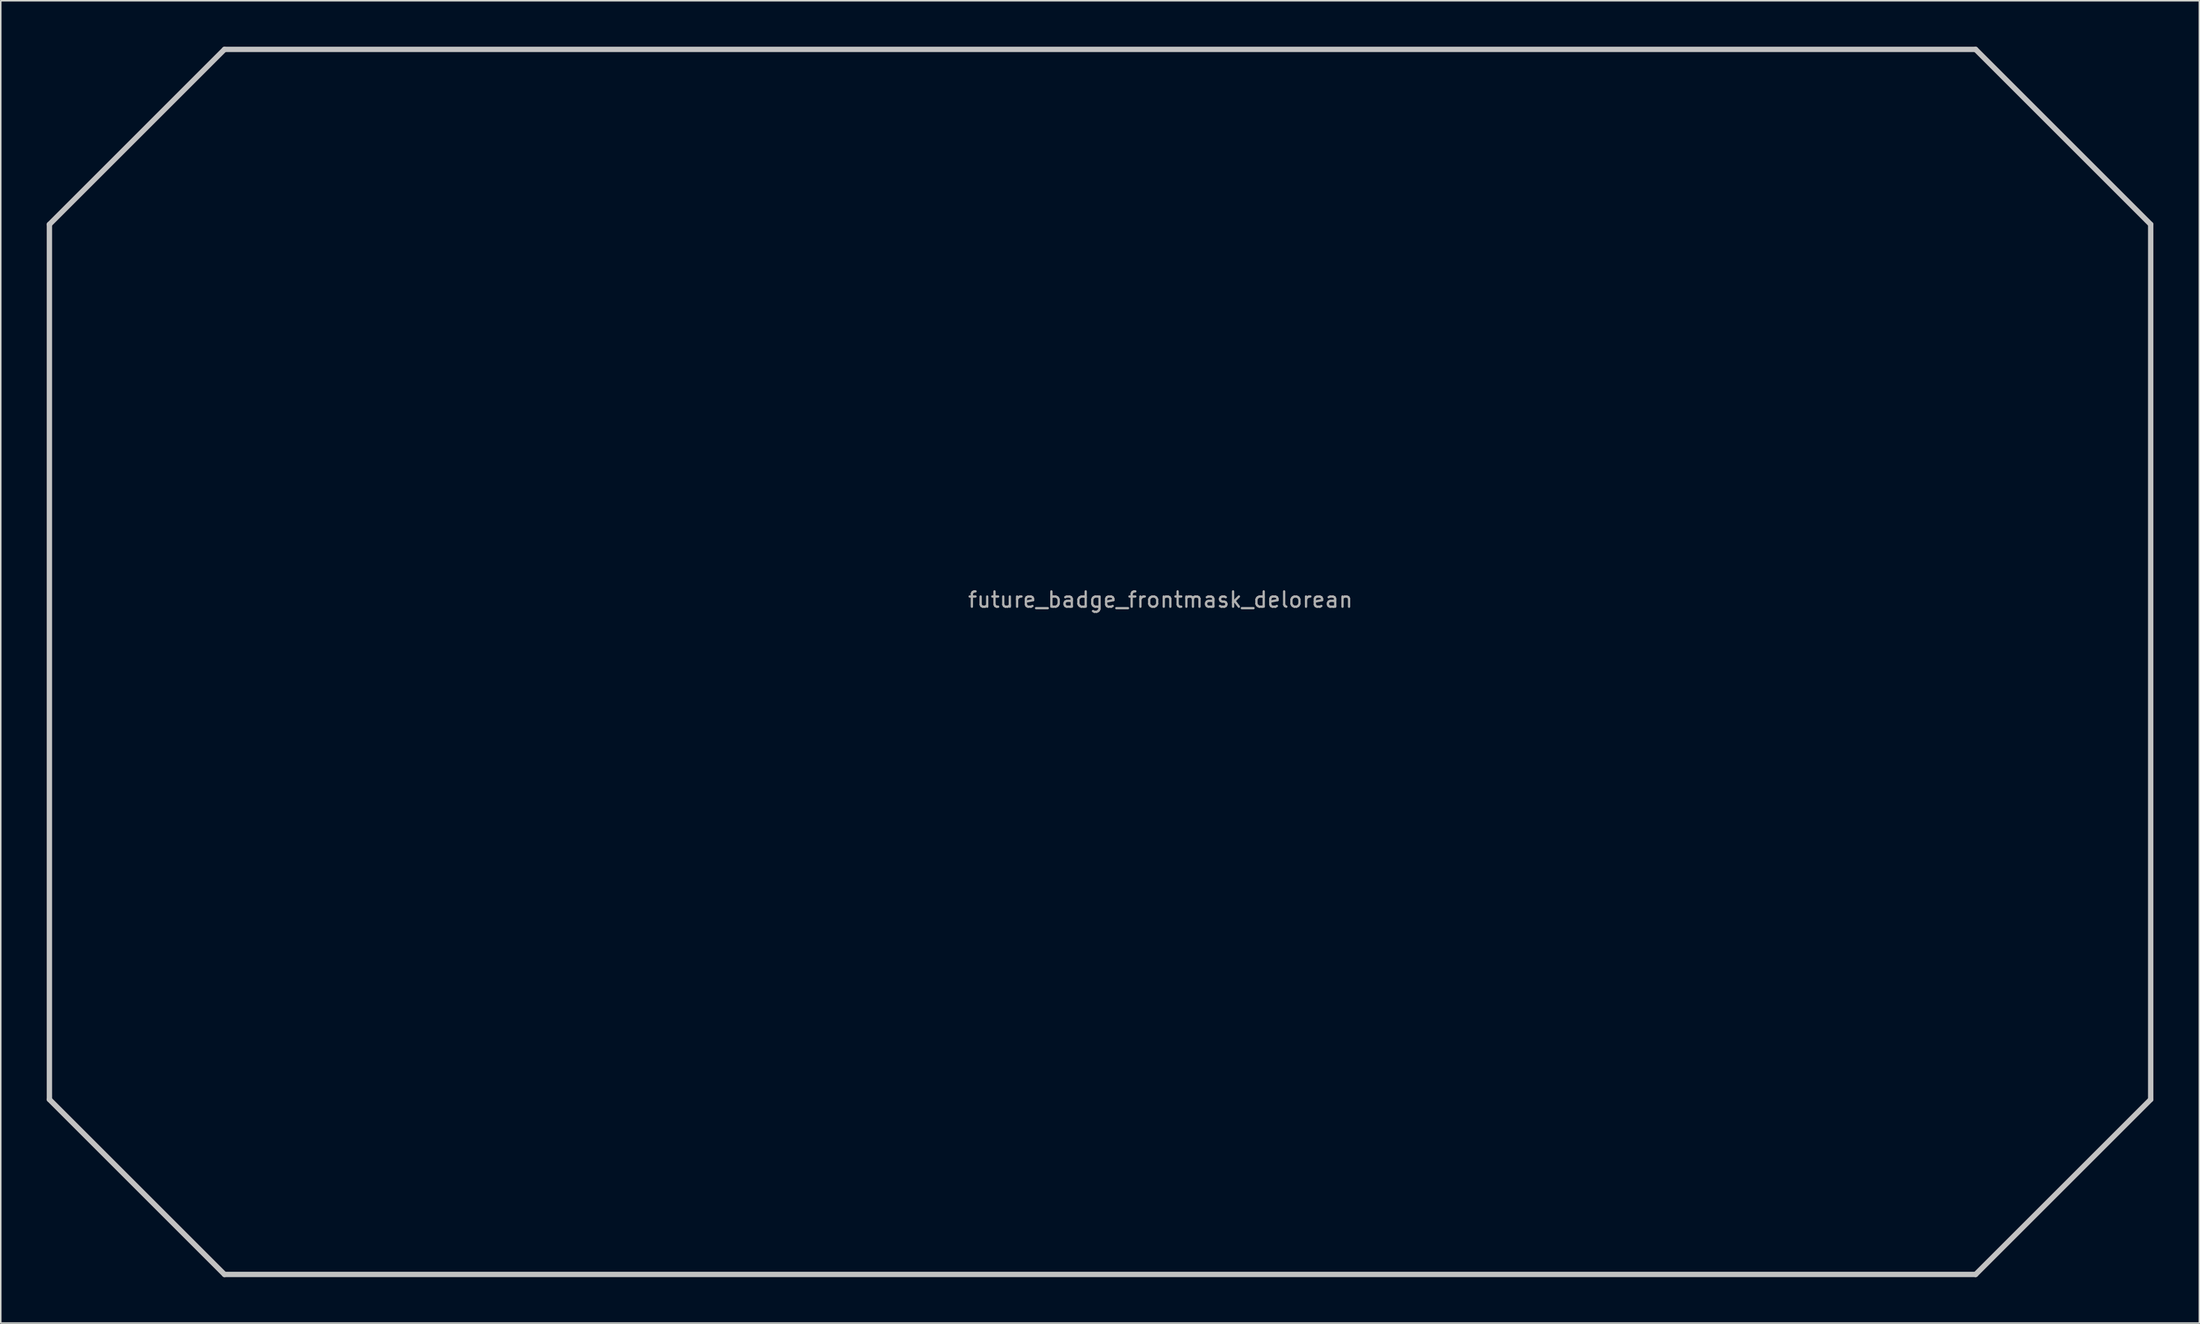
<source format=kicad_pcb>
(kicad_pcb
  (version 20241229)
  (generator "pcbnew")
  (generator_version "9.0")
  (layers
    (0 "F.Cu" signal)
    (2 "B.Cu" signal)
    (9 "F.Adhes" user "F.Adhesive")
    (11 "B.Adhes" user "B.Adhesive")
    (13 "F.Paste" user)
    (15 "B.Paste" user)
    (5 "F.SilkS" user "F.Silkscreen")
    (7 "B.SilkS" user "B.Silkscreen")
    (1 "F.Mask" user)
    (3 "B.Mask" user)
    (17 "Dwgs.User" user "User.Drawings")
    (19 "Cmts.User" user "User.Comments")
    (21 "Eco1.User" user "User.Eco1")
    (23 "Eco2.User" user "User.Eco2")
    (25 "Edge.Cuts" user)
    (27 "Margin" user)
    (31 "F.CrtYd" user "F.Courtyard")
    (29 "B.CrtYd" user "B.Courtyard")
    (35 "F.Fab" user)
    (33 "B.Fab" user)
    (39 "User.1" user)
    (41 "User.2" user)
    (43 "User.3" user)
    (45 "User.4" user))
  (footprint "future_badge_frontmask_delorean"
    (layer "F.Cu")
    (at 72.69 36.614)
    (property "Reference" "future_badge_frontmask_delorean" (at 0 -0.5 0) (unlocked yes) (layer "F.Fab") (effects (font (size 1 1) (thickness 0.15))))
    (fp_poly (pts (xy -26.43 4.4) (xy -25.89 4.41) (xy -28.36 5.87) (xy -29.65 5.83) (xy -30.57 5.79) (xy -29.5 5.26) (xy -28.57 4.92) (xy -27.55 4.62) (xy -26.76 4.29)) (stroke (width 0.1) (type solid)) (fill yes) (layer "F.Mask"))
    (fp_poly (pts (xy -31.44 6.4) (xy -31.44 6.91) (xy -31.46 7.99) (xy -31.44 9.1) (xy -31.55 9.48) (xy -31.62 9.57) (xy -32.01 9.3) (xy -32.67 8.66) (xy -33.1 8.38) (xy -33.05 6.34)) (stroke (width 0.1) (type solid)) (fill yes) (layer "F.Mask"))
    (fp_poly (pts (xy -50.95 5.55) (xy -50.43 5.71) (xy -49.44 5.81) (xy -49.4 6.16) (xy -49.49 7.7) (xy -49.68 8.75) (xy -49.77 8.87) (xy -50.95 8.04) (xy -51.35 7.61) (xy -51.44 7.39) (xy -51.52 6.4) (xy -51.58 5.3)) (stroke (width 0.1) (type solid)) (fill yes) (layer "F.Mask"))
    (fp_poly (pts (xy -19.54 1.28) (xy -20.19 1.62) (xy -21.79 2.37) (xy -23.08 2.86) (xy -24.15 3.42) (xy -25.13 3.93) (xy -25.76 3.78) (xy -25.32 3.59) (xy -24.38 3.18) (xy -23.21 2.72) (xy -21.77 2.19) (xy -20.52 1.6) (xy -19.46 1.06) (xy -19.08 1.03)) (stroke (width 0.1) (type solid)) (fill yes) (layer "F.Mask"))
    (fp_poly (pts (xy -18.33 15.31) (xy -18.05 15.44) (xy -17.58 15.89) (xy -17.57 16.06) (xy -17.69 16.36) (xy -18.07 16.88) (xy -18.48 17.53) (xy -18.9 18.52) (xy -19.49 18.38) (xy -20.32 18.31) (xy -20.24 17.93) (xy -20.17 17.26) (xy -20.19 16.52) (xy -20.15 15.89) (xy -19.98 15.49) (xy -19.16 15.31) (xy -18.63 15.25)) (stroke (width 0.1) (type solid)) (fill yes) (layer "F.Mask"))
    (fp_poly (pts (xy 37.22 8.43) (xy 37.28 8.73) (xy 37.31 9.07) (xy 37.41 9.37) (xy 37.61 9.67) (xy 38.08 10) (xy 38.45 10.13) (xy 38.45 10.18) (xy 37.46 10.09) (xy 37.05 10.11) (xy 36.63 10.18) (xy 36.57 9.91) (xy 36.52 9.48) (xy 36.54 9.17) (xy 36.62 8.76) (xy 36.79 8.51) (xy 37.13 8.21)) (stroke (width 0.1) (type solid)) (fill yes) (layer "F.Mask"))
    (fp_poly (pts (xy -25.02 4.83) (xy -24.42 5.3) (xy -23.71 6.12) (xy -23.1 7.1) (xy -22.62 8.02) (xy -22.03 9.28) (xy -20.89 12) (xy -20.62 12.69) (xy -20.69 12.7) (xy -21.05 12.71) (xy -21.96 12.74) (xy -22.68 12.82) (xy -23.21 12.94) (xy -23.63 13) (xy -24 12.99) (xy -24.29 13.01) (xy -24.74 11.48) (xy -25.28 10) (xy -25.99 8.36) (xy -26.6 7.25) (xy -27.19 6.42) (xy -27.49 6.07) (xy -25.27 4.72)) (stroke (width 0.1) (type solid)) (fill yes) (layer "F.Mask"))
    (fp_poly (pts (xy 26.4 12.56) (xy 26.07 13.89) (xy 25.87 14.43) (xy 25.2 15.89) (xy 24.12 19.07) (xy 23.66 19.16) (xy 22.84 19.3) (xy 21.58 19.48) (xy 21.01 19.54) (xy 20.88 19.5) (xy 21.37 17.84) (xy 21.94 16.57) (xy 22.15 15.54) (xy 22.43 14.66) (xy 22.78 13.8) (xy 23.03 12.87) (xy 23.1 12.5) (xy 23.49 12.48) (xy 23.99 12.43) (xy 24.42 12.33) (xy 25.28 12.26) (xy 26.23 12.09) (xy 26.58 12.08)) (stroke (width 0.1) (type solid)) (fill yes) (layer "F.Mask"))
    (fp_poly (pts (xy -49.27 -5.33) (xy -48.15 -4.87) (xy -47.33 -4.2) (xy -46.41 -3.26) (xy -44.38 -1.59) (xy -43.64 -0.77) (xy -43.58 2.43) (xy -43.65 3.61) (xy -43.76 4) (xy -44.76 3.99) (xy -46.65 3.99) (xy -47.98 4.17) (xy -49.33 4.48) (xy -50.56 4.67) (xy -51.56 4.64) (xy -51.54 4.37) (xy -51.52 3.86) (xy -51.47 3) (xy -51.39 2.1) (xy -51.16 0.5) (xy -50.85 -1.31) (xy -50.43 -3.16) (xy -50.08 -4.71) (xy -49.84 -5.63)) (stroke (width 0.1) (type solid)) (fill yes) (layer "F.Mask"))
    (fp_poly (pts (xy 6.6 15) (xy 7.45 16.88) (xy 8.13 18.76) (xy 8.34 19.5) (xy 8.51 20.24) (xy 8.52 20.45) (xy 7.99 20.53) (xy 6.04 20.78) (xy 4.17 21.07) (xy 3.33 21.22) (xy 3.46 20.85) (xy 3.52 20.56) (xy 3.55 20.19) (xy 3.52 19.83) (xy 3.3 18.18) (xy 2.97 15.81) (xy 2.79 14.72) (xy 2.68 14.31) (xy 2.51 13.91) (xy 2.5 13.82) (xy 2.84 13.79) (xy 3.6 13.8) (xy 4.84 13.66) (xy 5.88 13.63)) (stroke (width 0.1) (type solid)) (fill yes) (layer "F.Mask"))
    (fp_poly (pts (xy 31.33 7.77) (xy 31.7 7.84) (xy 32.09 8) (xy 32.44 8.18) (xy 32.87 8.55) (xy 32.95 8.64) (xy 32.72 8.59) (xy 32.29 8.51) (xy 31.85 8.48) (xy 31.33 8.59) (xy 30.57 8.99) (xy 30.18 9.3) (xy 29.76 9.74) (xy 29.14 10.58) (xy 28.38 11.89) (xy 28.4 11.53) (xy 28.51 10.87) (xy 28.9 9.3) (xy 29.03 8.86) (xy 29.28 8.48) (xy 29.54 8.23) (xy 29.88 8.02) (xy 30.38 7.82) (xy 30.86 7.73)) (stroke (width 0.1) (type solid)) (fill yes) (layer "F.Mask"))
    (fp_poly (pts (xy 1.37 6.97) (xy 1.98 7.6) (xy 2.49 8.29) (xy 2.81 8.94) (xy 3.37 9.79) (xy 4.07 10.6) (xy 4.76 11.65) (xy 4.78 11.71) (xy 4.69 11.74) (xy 3.74 11.69) (xy 2.95 11.8) (xy 2.61 11.83) (xy 1.98 11.83) (xy 1.63 11.88) (xy 1.42 11.16) (xy 1.23 10.66) (xy 1.11 10.39) (xy 0.77 9.72) (xy 0.34 9.07) (xy -0.09 8.5) (xy -0.38 8.21) (xy -0.17 8.13) (xy 0.1 8.02) (xy 0.36 7.85) (xy 0.65 7.57) (xy 0.9 7.2) (xy 1.03 6.78) (xy 1.17 6.73)) (stroke (width 0.1) (type solid)) (fill yes) (layer "F.Mask"))
    (fp_poly (pts (xy 39.6 11.3) (xy 39.36 11.34) (xy 39.2 11.44) (xy 39.11 11.62) (xy 39.1 11.82) (xy 39.26 11.97) (xy 39.43 12) (xy 39.33 12.69) (xy 38.23 12.94) (xy 38.2 13.04) (xy 39.08 13.33) (xy 39.01 13.66) (xy 38.55 13.65) (xy 37.99 13.67) (xy 37.4 13.78) (xy 36.86 14.02) (xy 36.26 14.46) (xy 35.83 14.87) (xy 34.7 15.82) (xy 34.59 15.37) (xy 34.58 14.56) (xy 34.69 14.59) (xy 34.95 14.61) (xy 35.53 14.57) (xy 35.7 14.44) (xy 35.72 13.9) (xy 35.92 13.67) (xy 36.03 13.04) (xy 36.34 11.8) (xy 36.51 11.13) (xy 38.22 11.08) (xy 39.56 11.06)) (stroke (width 0.1) (type solid)) (fill yes) (layer "F.Mask"))
    (fp_poly (pts (xy -30.52 -4.82) (xy -30.03 -4.62) (xy -29.61 -4.4) (xy -29.22 -4.02) (xy -28.67 -3.16) (xy -27.46 -2.13) (xy -26.1 -1.11) (xy -25.56 -0.69) (xy -25.41 -0.51) (xy -25.36 -0.33) (xy -25.42 0.06) (xy -25.42 1.22) (xy -25.31 3) (xy -27.32 4.01) (xy -28.07 4.28) (xy -28.55 4.43) (xy -29.64 4.74) (xy -30.21 4.97) (xy -30.75 5.26) (xy -31.11 5.51) (xy -31.64 5.74) (xy -32.32 5.98) (xy -32.79 6.07) (xy -33.1 6.1) (xy -33.07 5.87) (xy -33.02 5.36) (xy -32.94 4.35) (xy -32.79 2.68) (xy -32.72 2.23) (xy -32.5 0.62) (xy -32 -1.66) (xy -31.6 -3.33) (xy -31.54 -3.72) (xy -31.39 -4.67) (xy -31.31 -5.36)) (stroke (width 0.1) (type solid)) (fill yes) (layer "F.Mask"))
    (fp_poly (pts (xy 22.48 12.87) (xy 22.37 13.37) (xy 22.16 13.99) (xy 21.91 14.44) (xy 21.72 14.96) (xy 21.65 15.4) (xy 21.45 16.21) (xy 21.29 16.56) (xy 20.88 17.51) (xy 20.63 18.21) (xy 20.41 18.98) (xy 20.3 19.61) (xy 20.19 19.67) (xy 18.65 19.79) (xy 15.92 19.95) (xy 12.62 20.13) (xy 10.29 20.28) (xy 9 20.44) (xy 8.86 19.81) (xy 8.71 19.2) (xy 8.38 18.1) (xy 8.01 17.07) (xy 7.18 15.22) (xy 6.57 13.96) (xy 6.32 13.5) (xy 6.65 13.51) (xy 7.12 13.48) (xy 7.47 13.43) (xy 8.22 13.32) (xy 8.91 13.25) (xy 9.73 13.18) (xy 11.54 13.07) (xy 14.84 12.86) (xy 17.54 12.71) (xy 19.88 12.56) (xy 21.63 12.49) (xy 22.49 12.46)) (stroke (width 0.1) (type solid)) (fill yes) (layer "F.Mask"))
    (fp_poly (pts (xy 23.06 5.14) (xy 23.99 5.19) (xy 24.71 5.17) (xy 25.83 5.15) (xy 27.7 5.37) (xy 29.88 5.72) (xy 33.17 6.22) (xy 34.55 6.55) (xy 35.77 6.97) (xy 36.24 7.2) (xy 36.34 7.31) (xy 35.23 7.69) (xy 34.83 7.89) (xy 34.34 8.13) (xy 34.09 7.78) (xy 33.69 7.36) (xy 33.29 7.08) (xy 32.86 6.85) (xy 32.4 6.66) (xy 31.93 6.56) (xy 31.19 6.47) (xy 30.62 6.51) (xy 29.87 6.64) (xy 29.25 6.86) (xy 28.73 7.19) (xy 28.21 7.62) (xy 27.78 8.08) (xy 27.49 8.51) (xy 27.25 9.04) (xy 27.08 9.56) (xy 27 10.05) (xy 26.97 10.49) (xy 26.24 10.54) (xy 25.06 10.58) (xy 23.4 10.64) (xy 23.37 10.27) (xy 23.26 9.52) (xy 22.89 7.34) (xy 22.64 5.96) (xy 22.44 5.07)) (stroke (width 0.1) (type solid)) (fill yes) (layer "F.Mask"))
    (fp_poly (pts (xy -61.38 11.73) (xy -58.77 11.65) (xy -56.04 11.58) (xy -53 11.67) (xy -50.65 11.71) (xy -47.31 11.8) (xy -44.61 11.9) (xy -41.82 12.01) (xy -40 12.08) (xy -38.63 12.13) (xy -37.21 12.18) (xy -35.51 12.25) (xy -33.26 12.3) (xy -31.59 12.33) (xy -29.56 12.36) (xy -27.61 12.4) (xy -26.28 12.2) (xy -25.74 12.04) (xy -25.5 11.73) (xy -24.82 13.9) (xy -25.12 13.87) (xy -27.05 13.56) (xy -29.19 13.46) (xy -31.11 13.59) (xy -31.39 13.57) (xy -33.19 13.47) (xy -35.42 13.38) (xy -36.61 13.33) (xy -38.88 13.26) (xy -41.02 13.18) (xy -43.77 13.1) (xy -46.75 13.05) (xy -48.77 13.02) (xy -51.03 12.98) (xy -53.5 12.8) (xy -57.6 12.54) (xy -59.2 12.54) (xy -60.16 12.53) (xy -62.05 12.67) (xy -63.07 12.54) (xy -62.61 11.44)) (stroke (width 0.1) (type solid)) (fill yes) (layer "F.Mask"))
    (fp_poly (pts (xy -55.5 13.54) (xy -54.6 13.6) (xy -52.26 13.67) (xy -50.69 13.74) (xy -48.5 13.81) (xy -47.24 13.86) (xy -45.6 13.92) (xy -44.34 13.95) (xy -42.67 14.01) (xy -40.68 14.07) (xy -39.17 14.11) (xy -35.58 14.24) (xy -32.98 14.32) (xy -29.49 14.4) (xy -26.22 14.6) (xy -23.65 14.75) (xy -21.84 14.86) (xy -20.69 14.93) (xy -20.82 15.36) (xy -20.92 16.27) (xy -20.92 17.22) (xy -21.91 17.02) (xy -24.4 16.82) (xy -25.1 16.84) (xy -28.27 16.88) (xy -31.08 16.78) (xy -34.19 16.66) (xy -36.71 16.59) (xy -38.08 16.49) (xy -40.75 16.32) (xy -42.99 16.18) (xy -45.01 16.08) (xy -46.11 16.01) (xy -48.5 15.87) (xy -51.25 15.73) (xy -54.58 15.55) (xy -55.92 15.52) (xy -59.62 15.44) (xy -61.57 15.4) (xy -62.77 15.37) (xy -62.93 14.15) (xy -63.03 13.38) (xy -61.56 13.37) (xy -60.06 13.35) (xy -58.31 13.31)) (stroke (width 0.1) (type solid)) (fill yes) (layer "F.Mask"))
    (fp_poly (pts (xy -1.89 -4.02) (xy -0.4 -3.98) (xy 2.33 -3.8) (xy 4.54 -3.51) (xy 6.01 -3.25) (xy 6.64 -3.1) (xy 8.89 -2.39) (xy 10.26 -1.79) (xy 11.71 -1.04) (xy 13.66 0.03) (xy 14.47 0.47) (xy 17.26 2.07) (xy 18.05 2.53) (xy 18.1 2.59) (xy 17.06 2.63) (xy 15.74 1.88) (xy 14.27 1.07) (xy 12.41 0.1) (xy 11.01 -0.6) (xy 9.73 -1.19) (xy 8.81 -1.57) (xy 7.97 -1.98) (xy 7.61 -2.24) (xy 7.24 -2.43) (xy 6.84 -2.59) (xy 6.4 -2.72) (xy 5.79 -2.78) (xy 4.39 -2.84) (xy 2.82 -2.87) (xy 1.17 -2.92) (xy 0 -2.93) (xy -0.97 -2.92) (xy -2.18 -2.9) (xy -2.77 -2.89) (xy -3.03 -2.87) (xy -3.24 -2.78) (xy -3.35 -2.67) (xy -3.4 -2.51) (xy -3.39 -2.31) (xy -3.33 -2.08) (xy -3.19 -1.82) (xy -2.88 -1.4) (xy -2.64 -1.11) (xy -2.28 -0.72) (xy -1.45 0.21) (xy -0.86 0.94) (xy 0.07 2.15) (xy 0.7 3) (xy 0.94 3.29) (xy 1.01 3.42) (xy 0.86 3.49) (xy 0.71 3.34) (xy 0.57 3.12) (xy 0.17 2.55) (xy -0.22 2.03) (xy -0.92 1.1) (xy -1.72 0.12) (xy -2.18 -0.43) (xy -2.65 -1) (xy -3.27 -1.73) (xy -3.58 -2.15) (xy -4.45 -3.07) (xy -5.08 -3.62) (xy -5.4 -3.92) (xy -5.43 -4.01) (xy -4.46 -4.03) (xy -3.27 -4.04)) (stroke (width 0.1) (type solid)) (fill yes) (layer "F.Mask"))
    (fp_poly (pts (xy -46.12 5.94) (xy -45.3 5.99) (xy -44.77 5.98) (xy -43.04 5.97) (xy -41.18 5.97) (xy -41.18 6.57) (xy -41.55 6.56) (xy -42.99 6.54) (xy -45.07 6.52) (xy -46.98 6.51) (xy -47.24 6.63) (xy -47.47 6.88) (xy -47.71 7.77) (xy -47.84 8.54) (xy -47.96 9.8) (xy -47.96 9.96) (xy -47.97 10.36) (xy -47.91 10.65) (xy -47.75 10.89) (xy -47.37 11.02) (xy -46.5 11.07) (xy -45.04 11.16) (xy -44.49 11.17) (xy -42.73 11.2) (xy -41.16 11.2) (xy -40.66 11.13) (xy -40.38 10.95) (xy -40.26 10.63) (xy -40.15 9.88) (xy -40.19 8.85) (xy -39.31 9.44) (xy -38.4 9.94) (xy -38 10.08) (xy -37.74 10.07) (xy -37.29 9.99) (xy -36.97 9.9) (xy -36.57 9.86) (xy -36.06 9.89) (xy -36.11 10.07) (xy -36.17 10.51) (xy -36.16 10.86) (xy -36.07 11.23) (xy -35.94 11.47) (xy -35.82 11.62) (xy -36.45 11.6) (xy -37.86 11.55) (xy -39.59 11.5) (xy -43.16 11.39) (xy -46.2 11.29) (xy -47.62 11.25) (xy -50.53 11.15) (xy -51.82 11.12) (xy -52.46 11.09) (xy -52.42 11.03) (xy -52.2 10.72) (xy -52.13 10.44) (xy -52.25 9.66) (xy -51.95 9.66) (xy -51.38 9.64) (xy -49.5 9.9) (xy -49.38 9.75) (xy -49.17 9.1) (xy -49.01 8.43) (xy -48.91 7.8) (xy -48.83 7.08) (xy -48.84 6.75) (xy -48.81 5.94) (xy -47.37 5.83) (xy -46.82 5.82)) (stroke (width 0.1) (type solid)) (fill yes) (layer "F.Mask"))
    (fp_poly (pts (xy 1.37 4.02) (xy 1.66 4.46) (xy 2.16 5.23) (xy 2.64 5.67) (xy 3.02 5.89) (xy 4.28 6) (xy 5.53 6.06) (xy 6.36 6.1) (xy 7.59 6.08) (xy 9.55 6.05) (xy 12.32 5.99) (xy 13.82 5.96) (xy 15.38 5.89) (xy 16.5 5.84) (xy 16.77 5.94) (xy 16.78 6.1) (xy 16.8 6.4) (xy 16.87 6.62) (xy 16.98 6.81) (xy 17.15 6.96) (xy 17.4 7.08) (xy 17.67 7.07) (xy 18.01 7.01) (xy 18.5 6.81) (xy 20.1 6.14) (xy 21.11 5.66) (xy 21.4 5.43) (xy 21.58 5.19) (xy 21.65 4.96) (xy 21.93 5.05) (xy 22.18 6.38) (xy 22.59 8.89) (xy 22.77 10.29) (xy 22.82 10.63) (xy 22.79 10.71) (xy 21.85 10.8) (xy 21.03 10.86) (xy 20.22 10.93) (xy 19.55 10.98) (xy 18.85 11.02) (xy 18.24 11.04) (xy 17.47 11.08) (xy 16.12 11.13) (xy 15.39 11.13) (xy 14.25 11.15) (xy 12.99 11.19) (xy 12.15 11.22) (xy 11.04 11.26) (xy 9.94 11.34) (xy 9.21 11.39) (xy 8.46 11.49) (xy 7.49 11.57) (xy 6.81 11.57) (xy 5.98 11.54) (xy 5.48 11.57) (xy 5.28 11.61) (xy 5.23 11.49) (xy 4.81 10.72) (xy 4.49 10.26) (xy 4.22 9.95) (xy 3.93 9.66) (xy 3.58 9.24) (xy 3.53 9.09) (xy 3.9 9.08) (xy 4.14 9.22) (xy 4.36 9.25) (xy 4.88 9.27) (xy 5.05 9.26) (xy 5.16 9.14) (xy 5.18 8.97) (xy 5.11 8.81) (xy 4.98 8.69) (xy 4.81 8.64) (xy 4.48 8.63) (xy 4.29 8.44) (xy 4.25 8.29) (xy 4.32 8.09) (xy 4.39 7.48) (xy 4.33 7.38) (xy 4.24 7.38) (xy 3.88 7.66) (xy 3.74 7.93) (xy 3.7 8.36) (xy 3.77 8.75) (xy 3.87 9.05) (xy 3.51 9.06) (xy 3.44 8.93) (xy 3.01 8.08) (xy 2.68 7.59) (xy 1.64 6.48) (xy 1.45 6.2) (xy 1.27 5.82) (xy 1.2 4.85) (xy 1.13 4.31) (xy 1.06 3.99) (xy 0.89 3.53) (xy 1.02 3.47)) (stroke (width 0.1) (type solid)) (fill yes) (layer "F.Mask"))
    (fp_poly (pts (xy -4.54 8.64) (xy -4.04 8.69) (xy -3.59 8.77) (xy -3.03 8.95) (xy -2.49 9.25) (xy -1.95 9.65) (xy -1.11 10.38) (xy -0.46 10.96) (xy 0.07 11.53) (xy 0.45 12.05) (xy 0.72 12.77) (xy 1.04 14.09) (xy 1.36 15.76) (xy 1.55 16.99) (xy 1.67 18.07) (xy 1.7 19.17) (xy 1.65 19.93) (xy 1.64 20.96) (xy 1.73 21.07) (xy 1.93 21.43) (xy 1.25 21.58) (xy 1.13 21.55) (xy 1.13 21.36) (xy 1.25 21.26) (xy 1.32 21.12) (xy 1.38 20.79) (xy 1.4 20.46) (xy 1.38 19.94) (xy 1.32 19.27) (xy 1.25 18.41) (xy 1.13 17.14) (xy 0.94 15.01) (xy 0.89 14.51) (xy 0.8 14.12) (xy 0.71 13.82) (xy 0.43 13.03) (xy 0.29 12.68) (xy -0.1 11.95) (xy -0.41 11.57) (xy -0.64 11.33) (xy -1.07 10.98) (xy -1.43 10.76) (xy -1.94 10.6) (xy -3.41 10.33) (xy -4.01 10.24) (xy -4.51 10.25) (xy -5.18 10.36) (xy -5.79 10.51) (xy -6.83 10.93) (xy -7.71 11.4) (xy -8.32 11.8) (xy -8.8 12.26) (xy -9.45 13.09) (xy -9.88 13.9) (xy -10.3 14.95) (xy -11.05 16.98) (xy -11.52 18.29) (xy -12.01 19.82) (xy -12.34 21.29) (xy -12.52 22.41) (xy -12.93 22.46) (xy -13.37 22.45) (xy -13.88 22.38) (xy -14.45 22.29) (xy -14.91 22.21) (xy -15.57 22.14) (xy -16.6 22.09) (xy -16.99 22.01) (xy -17.21 21.89) (xy -17.23 21.78) (xy -16.94 21.17) (xy -16.9 20.65) (xy -16.83 20.38) (xy -16.66 20.05) (xy -16.37 19.55) (xy -15.9 18.65) (xy -15.79 18.37) (xy -14.98 16.53) (xy -14.16 14.63) (xy -13.77 14.58) (xy -13.36 14.58) (xy -12.29 14.69) (xy -11.82 14.66) (xy -11.21 14.55) (xy -10.95 14.53) (xy -10.69 14.58) (xy -10.47 14.66) (xy -10.25 13.6) (xy -10.15 13.01) (xy -10.4 12.99) (xy -10.69 12.99) (xy -11.57 13.14) (xy -12.06 13.17) (xy -12.65 13.08) (xy -13.27 13.05) (xy -13.9 13.04) (xy -13.87 12.81) (xy -13.59 12.79) (xy -13.26 12.72) (xy -13 12.55) (xy -12.86 12.38) (xy -12.83 12.12) (xy -12.83 11.73) (xy -12.9 11.43) (xy -13.04 11.23) (xy -13.25 11.09) (xy -13.4 11.07) (xy -13.38 10.37) (xy -13.28 9.92) (xy -13.19 9.73) (xy -13.05 9.56) (xy -12.86 9.42) (xy -12.41 9.23) (xy -11.9 9.06) (xy -11.28 8.97) (xy -10.41 8.89) (xy -10.04 8.88) (xy -8.96 9.03) (xy -8.27 9.09) (xy -7.57 9.02) (xy -6.87 8.93) (xy -5.83 8.66) (xy -5.21 8.61)) (stroke (width 0.1) (type solid)) (fill yes) (layer "F.Mask"))
    (fp_poly (pts (xy -13.19 -4.35) (xy -12.65 -4.36) (xy -11.98 -4.29) (xy -11.32 -4.17) (xy -10.61 -3.95) (xy -9.86 -3.82) (xy -9.5 -3.74) (xy -8.76 -3.37) (xy -8 -2.83) (xy -7.45 -2.38) (xy -6.52 -1.49) (xy -5.64 -0.45) (xy -5.09 0.23) (xy -4.71 0.7) (xy -4.28 1.3) (xy -3.56 2.27) (xy -3.13 2.92) (xy -2.45 4.04) (xy -2.06 4.69) (xy -1.95 5.03) (xy -1.96 5.27) (xy -2.01 5.44) (xy -2.13 5.62) (xy -2.24 5.7) (xy -2.58 5.76) (xy -2.64 5.55) (xy -2.85 5.13) (xy -3.15 4.72) (xy -3.46 4.38) (xy -3.85 3.78) (xy -4.74 2.14) (xy -5.25 1.25) (xy -5.6 0.78) (xy -6.36 -0.05) (xy -6.79 -0.66) (xy -7.1 -0.99) (xy -7.74 -1.46) (xy -8.02 -1.84) (xy -8.28 -1.97) (xy -8.77 -2.06) (xy -9.16 -2.07) (xy -9.69 -1.96) (xy -10.38 -1.67) (xy -12.97 -0.56) (xy -15.5 0.54) (xy -17.4 1.35) (xy -18.67 1.91) (xy -19.59 2.33) (xy -20.82 2.88) (xy -21.39 3.16) (xy -21.87 3.46) (xy -22.08 3.76) (xy -22.2 4.07) (xy -22.21 4.29) (xy -22.13 4.53) (xy -22.03 4.74) (xy -21.77 5.18) (xy -21.25 5.69) (xy -20.58 6.3) (xy -20.28 6.58) (xy -20.17 6.66) (xy -19.88 6.81) (xy -19.71 6.86) (xy -19.35 6.91) (xy -18.67 6.92) (xy -17.31 6.91) (xy -16.31 6.92) (xy -15.24 6.92) (xy -15.29 7.03) (xy -15.67 7.61) (xy -15.93 8.08) (xy -16.15 8.56) (xy -16.25 8.94) (xy -16.3 9.35) (xy -16.31 9.74) (xy -16.61 9.74) (xy -17.03 9.84) (xy -17.33 9.96) (xy -17.75 10.21) (xy -18.05 10.46) (xy -18.17 10.71) (xy -18.17 11.01) (xy -18.1 11.2) (xy -17.27 11.72) (xy -16.98 11.8) (xy -16.75 11.82) (xy -16.55 11.8) (xy -16.42 11.76) (xy -16.36 11.76) (xy -16.28 12.38) (xy -16.25 12.65) (xy -16.38 12.65) (xy -16.87 12.68) (xy -17.79 12.61) (xy -18.9 12.56) (xy -20.01 12.66) (xy -20.47 11.53) (xy -21.63 8.95) (xy -22.37 7.38) (xy -22.84 6.59) (xy -23.05 6.2) (xy -23.68 5.34) (xy -24.16 4.88) (xy -24.62 4.52) (xy -24.88 4.4) (xy -24.8 4.3) (xy -24.23 3.98) (xy -23.21 3.44) (xy -21.95 2.92) (xy -21.24 2.61) (xy -20.05 2.07) (xy -19.09 1.55) (xy -17.79 0.87) (xy -17.15 0.51) (xy -15.35 -0.46) (xy -14.45 -0.98) (xy -13.51 -1.47) (xy -12.94 -1.71) (xy -12.01 -2.04) (xy -10.53 -2.56) (xy -10.23 -2.7) (xy -10.16 -2.82) (xy -10.26 -3.07) (xy -10.41 -3.16) (xy -12.93 -3.37) (xy -14.35 -3.36) (xy -15.72 -3.56) (xy -15.73 -3.68) (xy -15.61 -4.01) (xy -15.62 -4.13) (xy -14.88 -4.31) (xy -14.48 -4.37) (xy -14.07 -4.4)) (stroke (width 0.1) (type solid)) (fill yes) (layer "F.Mask"))
    (fp_poly (pts (xy -8.89 -5.19) (xy -7.67 -4.7) (xy -6.62 -4.22) (xy -6.04 -3.92) (xy -5.68 -3.65) (xy -5.39 -3.3) (xy -4.54 -2.57) (xy -4.13 -2.12) (xy -3.4 -1.25) (xy -2.45 -0.14) (xy -1.11 1.53) (xy -0.1 2.84) (xy 0.31 3.49) (xy 0.56 4) (xy 0.68 4.48) (xy 0.78 5.65) (xy 0.59 6.61) (xy 0.35 7.08) (xy 0.07 7.38) (xy -0.28 7.61) (xy -0.94 7.83) (xy -1.53 7.94) (xy -2.33 7.99) (xy -3.01 7.99) (xy -4.15 8.03) (xy -4.87 8.08) (xy -5.79 8.23) (xy -7.57 8.61) (xy -8.35 8.64) (xy -10.01 8.48) (xy -11.81 8.52) (xy -13.09 8.94) (xy -13.48 9.25) (xy -13.72 9.71) (xy -13.86 10.33) (xy -13.88 11.09) (xy -14.03 11.11) (xy -14.14 11.13) (xy -14.27 11.18) (xy -14.34 11.29) (xy -14.4 11.45) (xy -14.44 11.68) (xy -14.41 11.88) (xy -14.34 12) (xy -14.23 12.07) (xy -14.33 12.89) (xy -14.37 13.25) (xy -14.58 14.47) (xy -15.14 15.65) (xy -15.83 17.28) (xy -16.69 19.07) (xy -17.21 20.01) (xy -17.52 20.94) (xy -18.04 21.93) (xy -18.77 22.9) (xy -19.61 23.63) (xy -20.24 24.01) (xy -20.97 24.3) (xy -21.81 24.5) (xy -22.77 24.6) (xy -23.93 24.64) (xy -24.99 24.65) (xy -26.29 24.57) (xy -26.72 24.57) (xy -26.72 24.33) (xy -26.31 24.29) (xy -25.21 24.09) (xy -24.38 24.01) (xy -23.76 23.97) (xy -23.06 23.8) (xy -22.23 23.44) (xy -21.5 23.04) (xy -20.9 22.54) (xy -20.28 21.95) (xy -19.69 21.31) (xy -19.12 20.56) (xy -18.85 20.06) (xy -18.42 18.84) (xy -18.37 18.63) (xy -18.07 17.98) (xy -17.81 17.56) (xy -17.33 16.92) (xy -17.11 16.52) (xy -16.72 15.18) (xy -16.54 14.6) (xy -16.3 14.07) (xy -16.01 13.52) (xy -15.83 13.12) (xy -15.8 12.66) (xy -15.92 11.66) (xy -15.9 11.27) (xy -15.63 11.18) (xy -15.49 11.08) (xy -15.44 10.91) (xy -15.37 10.17) (xy -15.38 10.02) (xy -15.44 9.87) (xy -15.65 9.78) (xy -15.86 9.75) (xy -15.78 9.14) (xy -15.64 8.58) (xy -15.29 7.9) (xy -14.95 7.38) (xy -14.57 6.95) (xy -14.05 6.61) (xy -13.6 6.46) (xy -13.13 6.38) (xy -12.41 6.4) (xy -11.63 6.46) (xy -8.76 6.46) (xy -5.88 6.42) (xy -4.18 6.41) (xy -3.63 6.39) (xy -2.61 6.28) (xy -1.81 6.16) (xy -1.28 5.95) (xy -0.98 5.73) (xy -0.78 5.44) (xy -0.68 5.04) (xy -0.71 4.53) (xy -0.84 4.11) (xy -1.07 3.62) (xy -1.53 2.94) (xy -2.85 1.1) (xy -3.93 -0.35) (xy -4.32 -0.89) (xy -4.91 -1.59) (xy -5.89 -2.47) (xy -6.32 -3.07) (xy -6.94 -3.6) (xy -7.74 -4.14) (xy -8.68 -4.72) (xy -9.33 -5.03) (xy -9.84 -5.2) (xy -9.9 -5.3) (xy -9.78 -5.39) (xy -9.51 -5.4)) (stroke (width 0.1) (type solid)) (fill yes) (layer "F.Mask"))
    (fp_line (start -72.515 -25.01) (end -72.515 32.133) (stroke (width 0.35) (type solid)) (layer "Dwgs.User"))
    (fp_line (start -72.515 32.133) (end -61.087 43.561) (stroke (width 0.35) (type solid)) (layer "Dwgs.User"))
    (fp_line (start -61.087 -36.439) (end -72.515 -25.01) (stroke (width 0.35) (type solid)) (layer "Dwgs.User"))
    (fp_line (start -61.087 43.561) (end 53.199 43.561) (stroke (width 0.35) (type solid)) (layer "Dwgs.User"))
    (fp_line (start 53.199 -36.439) (end -61.087 -36.439) (stroke (width 0.35) (type solid)) (layer "Dwgs.User"))
    (fp_line (start 53.199 43.561) (end 64.628 32.133) (stroke (width 0.35) (type solid)) (layer "Dwgs.User"))
    (fp_line (start 64.628 -25.01) (end 53.199 -36.439) (stroke (width 0.35) (type solid)) (layer "Dwgs.User"))
    (fp_line (start 64.628 32.133) (end 64.628 -25.01) (stroke (width 0.35) (type solid)) (layer "Dwgs.User")))
  (gr_rect
    (start -3 -3)
    (end 140.493 83.35)
    (stroke (width 0.1) (type default))
    (fill no)
    (layer "Edge.Cuts")))
</source>
